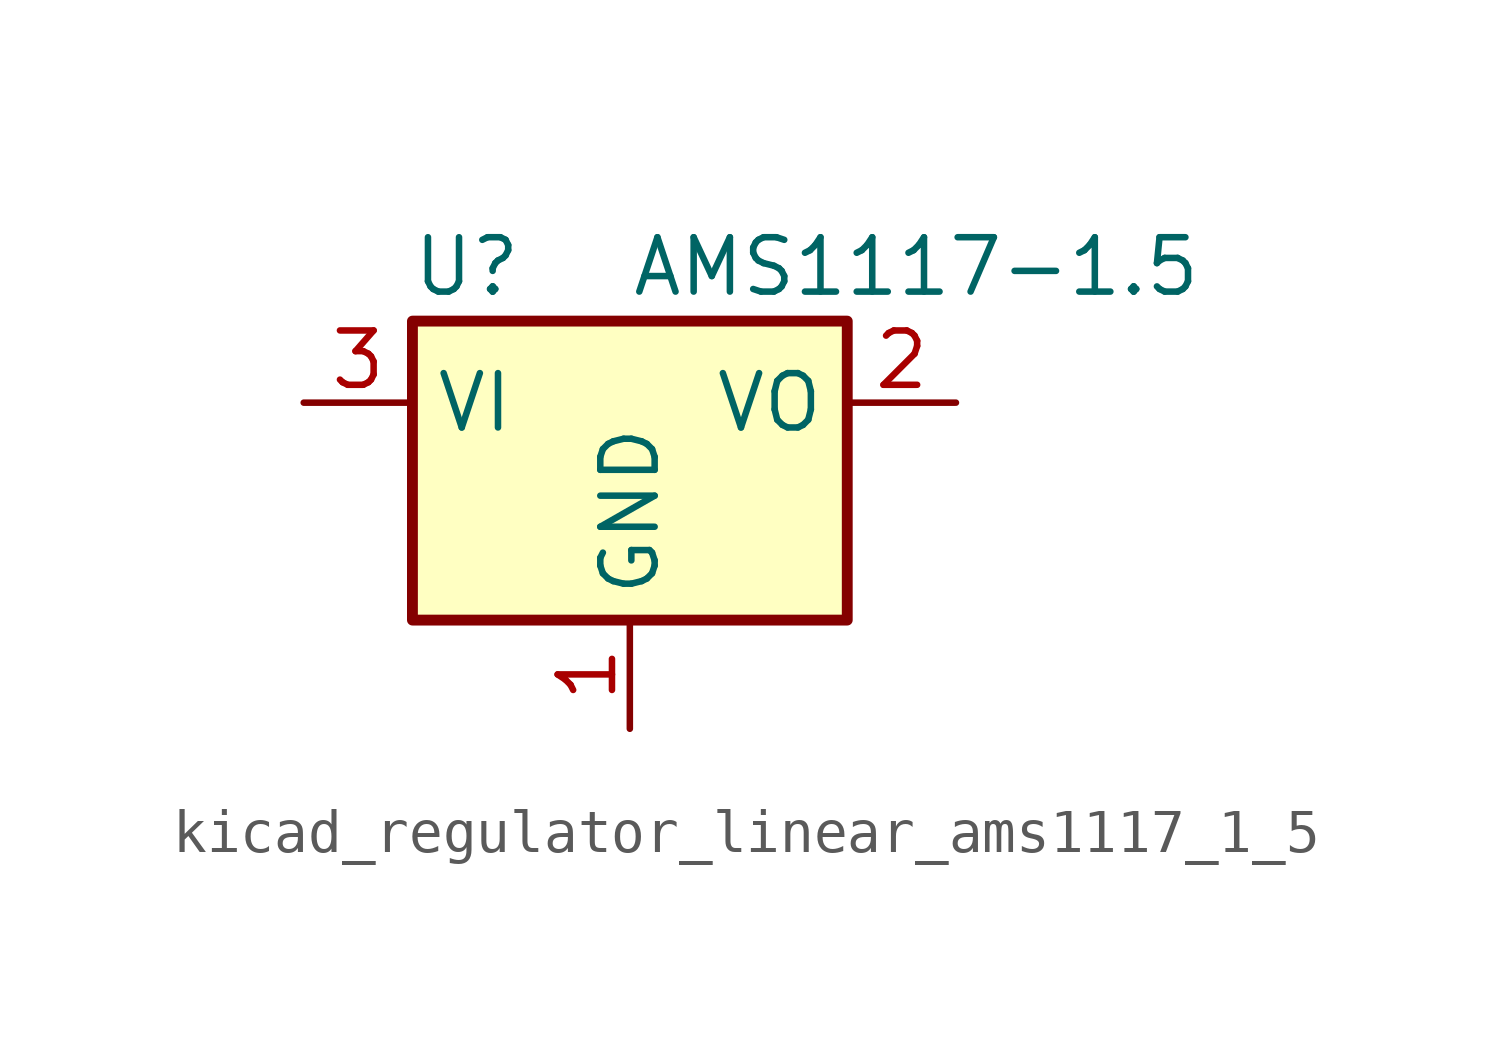
<source format=kicad_sym>
(kicad_symbol_lib
  (version 20220914)
  (generator kicad_symbol_editor)
  (symbol "kicad_regulator_linear_ams1117_1_5"
    (property "Reference" "U"
      (at -3.81 3.175 0)
      (effects (font (size 1.27 1.27))))
    (property "Value" "AMS1117-1.5"
      (at 0 3.175 0)
      (effects (font (size 1.27 1.27)) (justify left)))
    (symbol "kicad_regulator_linear_ams1117_1_5_0_1"
      (rectangle (start -5.08 -5.08) (end 5.08 1.905) (stroke (width 0.254) (type default)) (fill (type background))))
    (symbol "kicad_regulator_linear_ams1117_1_5_1_1"
      (pin power_in line (at 0 -7.62 90) (length 2.54) (name "GND" (effects (font (size 1.27 1.27)))) (number "1" (effects (font (size 1.27 1.27)))))
      (pin power_out line (at 7.62 0 180) (length 2.54) (name "VO" (effects (font (size 1.27 1.27)))) (number "2" (effects (font (size 1.27 1.27)))))
      (pin power_in line (at -7.62 0 0) (length 2.54) (name "VI" (effects (font (size 1.27 1.27)))) (number "3" (effects (font (size 1.27 1.27))))))))
</source>
